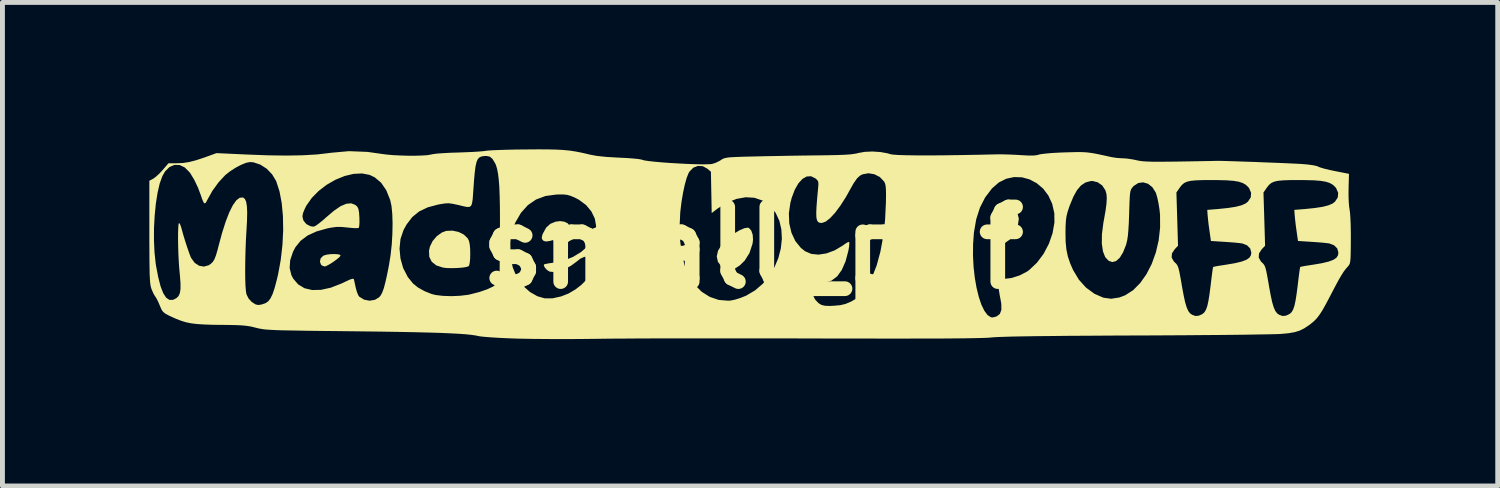
<source format=kicad_pcb>
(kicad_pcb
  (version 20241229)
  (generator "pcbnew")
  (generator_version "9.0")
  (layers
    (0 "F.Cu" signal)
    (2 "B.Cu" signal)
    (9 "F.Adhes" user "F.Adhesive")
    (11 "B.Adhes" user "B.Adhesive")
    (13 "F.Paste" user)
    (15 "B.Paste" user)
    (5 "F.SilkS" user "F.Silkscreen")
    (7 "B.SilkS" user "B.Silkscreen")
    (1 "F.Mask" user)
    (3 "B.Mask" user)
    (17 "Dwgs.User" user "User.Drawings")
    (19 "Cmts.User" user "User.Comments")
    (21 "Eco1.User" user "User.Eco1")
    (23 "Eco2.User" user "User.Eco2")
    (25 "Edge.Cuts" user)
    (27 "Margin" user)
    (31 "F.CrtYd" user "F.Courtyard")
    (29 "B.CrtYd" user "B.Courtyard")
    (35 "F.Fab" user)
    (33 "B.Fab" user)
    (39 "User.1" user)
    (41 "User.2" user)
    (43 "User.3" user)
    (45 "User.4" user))
  (footprint "small_puf"
    (layer "F.Cu")
    (at 12.319 2.011)
    (property "Reference" "small_puf" (at 0 0 0) (layer "F.SilkS") (effects (font (size 1.524 1.524) (thickness 0.3))))
    (attr board_only exclude_from_pos_files exclude_from_bom)
    (fp_poly (pts (xy -8.475 0.131) (xy -8.426 0.142) (xy -8.414 0.159) (xy -8.441 0.193) (xy -8.499 0.241) (xy -8.573 0.294) (xy -8.648 0.341) (xy -8.71 0.373) (xy -8.739 0.381) (xy -8.791 0.363) (xy -8.813 0.344) (xy -8.836 0.281) (xy -8.82 0.214) (xy -8.769 0.163) (xy -8.763 0.16) (xy -8.705 0.141) (xy -8.628 0.13) (xy -8.547 0.127)) (stroke (width 0) (type solid)) (fill yes) (layer "F.SilkS"))
    (fp_poly (pts (xy -3.842 -0.533) (xy -3.773 -0.499) (xy -3.736 -0.449) (xy -3.734 -0.43) (xy -3.756 -0.367) (xy -3.816 -0.299) (xy -3.902 -0.234) (xy -4.003 -0.183) (xy -4.038 -0.17) (xy -4.145 -0.139) (xy -4.217 -0.129) (xy -4.264 -0.14) (xy -4.291 -0.163) (xy -4.306 -0.2) (xy -4.296 -0.255) (xy -4.28 -0.296) (xy -4.215 -0.413) (xy -4.132 -0.489) (xy -4.028 -0.533) (xy -3.931 -0.546)) (stroke (width 0) (type solid)) (fill yes) (layer "F.SilkS"))
    (fp_poly (pts (xy 5.34 -0.789) (xy 5.383 -0.745) (xy 5.417 -0.678) (xy 5.435 -0.602) (xy 5.436 -0.585) (xy 5.413 -0.429) (xy 5.351 -0.287) (xy 5.254 -0.17) (xy 5.156 -0.101) (xy 5.074 -0.063) (xy 5.027 -0.054) (xy 5.009 -0.08) (xy 5.012 -0.143) (xy 5.016 -0.171) (xy 5.043 -0.305) (xy 5.085 -0.44) (xy 5.136 -0.568) (xy 5.192 -0.677) (xy 5.247 -0.757) (xy 5.297 -0.797)) (stroke (width 0) (type solid)) (fill yes) (layer "F.SilkS"))
    (fp_poly (pts (xy -0.074 -0.405) (xy -0.028 -0.354) (xy 0.002 -0.269) (xy 0.009 -0.166) (xy -0.001 -0.084) (xy -0.064 0.107) (xy -0.16 0.26) (xy -0.26 0.358) (xy -0.374 0.432) (xy -0.473 0.459) (xy -0.562 0.44) (xy -0.636 0.384) (xy -0.709 0.283) (xy -0.732 0.175) (xy -0.705 0.058) (xy -0.629 -0.066) (xy -0.559 -0.145) (xy -0.466 -0.228) (xy -0.363 -0.302) (xy -0.261 -0.361) (xy -0.169 -0.4) (xy -0.099 -0.412)) (stroke (width 0) (type solid)) (fill yes) (layer "F.SilkS"))
    (fp_poly (pts (xy -6.003 -0.324) (xy -5.896 -0.27) (xy -5.818 -0.194) (xy -5.792 -0.142) (xy -5.777 -0.075) (xy -5.768 0.018) (xy -5.766 0.122) (xy -5.768 0.224) (xy -5.777 0.309) (xy -5.79 0.364) (xy -5.798 0.374) (xy -5.843 0.391) (xy -5.925 0.404) (xy -6.029 0.412) (xy -6.14 0.415) (xy -6.244 0.413) (xy -6.325 0.403) (xy -6.459 0.359) (xy -6.552 0.285) (xy -6.602 0.185) (xy -6.608 0.061) (xy -6.59 -0.023) (xy -6.535 -0.137) (xy -6.449 -0.238) (xy -6.345 -0.313) (xy -6.256 -0.346) (xy -6.127 -0.351)) (stroke (width 0) (type solid)) (fill yes) (layer "F.SilkS"))
    (fp_poly (pts (xy -4.177 -2.01) (xy -4.008 -2.006) (xy -3.865 -1.998) (xy -3.738 -1.986) (xy -3.62 -1.968) (xy -3.501 -1.945) (xy -3.372 -1.916) (xy -3.327 -1.904) (xy -3.179 -1.877) (xy -2.981 -1.856) (xy -2.736 -1.842) (xy -2.719 -1.841) (xy -2.569 -1.834) (xy -2.438 -1.824) (xy -2.334 -1.814) (xy -2.267 -1.802) (xy -2.25 -1.796) (xy -2.204 -1.784) (xy -2.116 -1.771) (xy -1.995 -1.758) (xy -1.849 -1.745) (xy -1.686 -1.733) (xy -1.515 -1.723) (xy -1.345 -1.714) (xy -1.185 -1.708) (xy -1.042 -1.705) (xy -0.926 -1.706) (xy -0.846 -1.71) (xy -0.826 -1.713) (xy -0.749 -1.738) (xy -0.666 -1.78) (xy -0.651 -1.79) (xy -0.621 -1.81) (xy -0.589 -1.825) (xy -0.55 -1.836) (xy -0.496 -1.845) (xy -0.42 -1.851) (xy -0.315 -1.856) (xy -0.174 -1.861) (xy 0.009 -1.865) (xy 0.044 -1.866) (xy 0.25 -1.871) (xy 0.491 -1.875) (xy 0.748 -1.88) (xy 1.004 -1.884) (xy 1.244 -1.887) (xy 1.333 -1.888) (xy 1.556 -1.891) (xy 1.733 -1.895) (xy 1.873 -1.9) (xy 1.981 -1.907) (xy 2.064 -1.917) (xy 2.129 -1.928) (xy 2.16 -1.937) (xy 2.292 -1.96) (xy 2.45 -1.967) (xy 2.612 -1.956) (xy 2.757 -1.93) (xy 2.807 -1.914) (xy 2.864 -1.904) (xy 2.972 -1.896) (xy 3.129 -1.891) (xy 3.335 -1.888) (xy 3.589 -1.887) (xy 3.891 -1.889) (xy 4.24 -1.894) (xy 4.635 -1.901) (xy 4.991 -1.909) (xy 5.107 -1.909) (xy 5.251 -1.905) (xy 5.4 -1.898) (xy 5.477 -1.893) (xy 5.627 -1.885) (xy 5.736 -1.885) (xy 5.813 -1.894) (xy 5.845 -1.904) (xy 5.9 -1.915) (xy 5.997 -1.926) (xy 6.125 -1.937) (xy 6.275 -1.945) (xy 6.379 -1.949) (xy 6.531 -1.953) (xy 6.65 -1.956) (xy 6.748 -1.954) (xy 6.836 -1.948) (xy 6.928 -1.936) (xy 7.033 -1.917) (xy 7.165 -1.889) (xy 7.333 -1.852) (xy 7.429 -1.837) (xy 7.535 -1.829) (xy 7.56 -1.829) (xy 7.653 -1.822) (xy 7.765 -1.805) (xy 7.837 -1.79) (xy 7.893 -1.778) (xy 7.958 -1.769) (xy 8.04 -1.763) (xy 8.144 -1.759) (xy 8.278 -1.758) (xy 8.447 -1.759) (xy 8.66 -1.761) (xy 8.715 -1.762) (xy 8.903 -1.765) (xy 9.077 -1.768) (xy 9.229 -1.771) (xy 9.352 -1.773) (xy 9.44 -1.775) (xy 9.484 -1.776) (xy 9.487 -1.776) (xy 9.536 -1.776) (xy 9.627 -1.774) (xy 9.754 -1.77) (xy 9.909 -1.765) (xy 10.083 -1.759) (xy 10.269 -1.753) (xy 10.459 -1.745) (xy 10.645 -1.738) (xy 10.82 -1.731) (xy 10.975 -1.724) (xy 11.104 -1.718) (xy 11.198 -1.713) (xy 11.201 -1.713) (xy 11.34 -1.701) (xy 11.451 -1.686) (xy 11.526 -1.669) (xy 11.547 -1.659) (xy 11.593 -1.641) (xy 11.676 -1.616) (xy 11.785 -1.59) (xy 11.89 -1.568) (xy 12.179 -1.511) (xy 12.171 -1.206) (xy 12.17 -1.072) (xy 12.174 -0.945) (xy 12.182 -0.843) (xy 12.191 -0.787) (xy 12.2 -0.722) (xy 12.208 -0.615) (xy 12.214 -0.475) (xy 12.217 -0.311) (xy 12.217 -0.178) (xy 12.216 -0.007) (xy 12.214 0.12) (xy 12.211 0.212) (xy 12.205 0.275) (xy 12.196 0.318) (xy 12.183 0.348) (xy 12.165 0.372) (xy 12.157 0.381) (xy 12.113 0.431) (xy 12.071 0.487) (xy 12.027 0.556) (xy 11.974 0.646) (xy 11.91 0.764) (xy 11.829 0.918) (xy 11.798 0.978) (xy 11.712 1.141) (xy 11.642 1.267) (xy 11.581 1.362) (xy 11.524 1.437) (xy 11.466 1.497) (xy 11.4 1.552) (xy 11.367 1.577) (xy 11.266 1.644) (xy 11.172 1.691) (xy 11.07 1.722) (xy 10.944 1.744) (xy 10.808 1.757) (xy 10.744 1.761) (xy 10.633 1.764) (xy 10.479 1.767) (xy 10.286 1.77) (xy 10.057 1.774) (xy 9.795 1.777) (xy 9.506 1.78) (xy 9.192 1.782) (xy 8.858 1.785) (xy 8.507 1.787) (xy 8.142 1.789) (xy 7.829 1.79) (xy 7.325 1.792) (xy 6.872 1.795) (xy 6.467 1.797) (xy 6.11 1.801) (xy 5.8 1.804) (xy 5.535 1.808) (xy 5.315 1.812) (xy 5.14 1.817) (xy 5.007 1.822) (xy 4.915 1.827) (xy 4.882 1.83) (xy 4.829 1.835) (xy 4.748 1.839) (xy 4.639 1.842) (xy 4.498 1.845) (xy 4.324 1.848) (xy 4.116 1.85) (xy 3.87 1.852) (xy 3.587 1.853) (xy 3.263 1.853) (xy 2.896 1.854) (xy 2.486 1.853) (xy 2.029 1.853) (xy 1.525 1.852) (xy 1.219 1.851) (xy 0.786 1.85) (xy 0.354 1.849) (xy -0.073 1.849) (xy -0.491 1.849) (xy -0.896 1.849) (xy -1.283 1.849) (xy -1.649 1.85) (xy -1.989 1.85) (xy -2.299 1.851) (xy -2.575 1.853) (xy -2.812 1.854) (xy -3.008 1.856) (xy -3.157 1.858) (xy -3.162 1.858) (xy -3.416 1.861) (xy -3.687 1.863) (xy -3.962 1.864) (xy -4.23 1.862) (xy -4.477 1.86) (xy -4.694 1.856) (xy -4.801 1.854) (xy -4.987 1.847) (xy -5.163 1.839) (xy -5.319 1.83) (xy -5.448 1.82) (xy -5.542 1.811) (xy -5.588 1.804) (xy -5.656 1.79) (xy -5.746 1.777) (xy -5.861 1.765) (xy -6.005 1.755) (xy -6.178 1.746) (xy -6.385 1.737) (xy -6.628 1.73) (xy -6.91 1.723) (xy -7.233 1.717) (xy -7.601 1.711) (xy -8.016 1.706) (xy -8.191 1.704) (xy -8.534 1.7) (xy -8.829 1.697) (xy -9.081 1.694) (xy -9.295 1.69) (xy -9.473 1.687) (xy -9.621 1.684) (xy -9.741 1.68) (xy -9.838 1.675) (xy -9.917 1.67) (xy -9.98 1.664) (xy -10.031 1.656) (xy -10.076 1.648) (xy -10.117 1.639) (xy -10.147 1.631) (xy -10.237 1.609) (xy -10.327 1.594) (xy -10.428 1.584) (xy -10.553 1.578) (xy -10.712 1.575) (xy -10.782 1.574) (xy -11.008 1.572) (xy -11.191 1.566) (xy -11.34 1.557) (xy -11.464 1.542) (xy -11.571 1.52) (xy -11.669 1.49) (xy -11.768 1.452) (xy -11.82 1.429) (xy -11.924 1.381) (xy -11.992 1.344) (xy -12.036 1.31) (xy -12.066 1.268) (xy -12.093 1.21) (xy -12.104 1.182) (xy -12.141 1.097) (xy -12.177 1.027) (xy -12.198 0.995) (xy -12.229 0.946) (xy -12.263 0.871) (xy -12.277 0.837) (xy -12.287 0.803) (xy -12.296 0.761) (xy -12.303 0.706) (xy -12.308 0.633) (xy -12.313 0.536) (xy -12.315 0.412) (xy -12.317 0.254) (xy -12.318 0.059) (xy -12.319 -0.157) (xy -12.225 -0.157) (xy -12.214 0.089) (xy -12.19 0.317) (xy -12.182 0.368) (xy -12.137 0.603) (xy -12.089 0.789) (xy -12.035 0.927) (xy -11.976 1.018) (xy -11.91 1.063) (xy -11.837 1.063) (xy -11.767 1.028) (xy -11.724 0.986) (xy -11.696 0.926) (xy -11.683 0.84) (xy -11.683 0.721) (xy -11.695 0.562) (xy -11.699 0.521) (xy -11.711 0.393) (xy -11.72 0.248) (xy -11.727 0.096) (xy -11.731 -0.055) (xy -11.733 -0.197) (xy -11.732 -0.322) (xy -11.728 -0.421) (xy -11.722 -0.486) (xy -11.713 -0.508) (xy -11.694 -0.486) (xy -11.672 -0.429) (xy -11.66 -0.387) (xy -11.63 -0.277) (xy -11.592 -0.152) (xy -11.551 -0.025) (xy -11.512 0.088) (xy -11.48 0.175) (xy -11.464 0.209) (xy -11.393 0.307) (xy -11.303 0.366) (xy -11.205 0.383) (xy -11.107 0.356) (xy -11.069 0.331) (xy -11.025 0.29) (xy -10.99 0.234) (xy -10.959 0.155) (xy -10.926 0.042) (xy -10.909 -0.025) (xy -10.835 -0.3) (xy -10.761 -0.533) (xy -10.687 -0.724) (xy -10.614 -0.87) (xy -10.542 -0.971) (xy -10.473 -1.023) (xy -10.408 -1.028) (xy -10.403 -1.026) (xy -10.367 -0.997) (xy -10.342 -0.94) (xy -10.327 -0.849) (xy -10.321 -0.722) (xy -10.325 -0.552) (xy -10.335 -0.368) (xy -10.347 -0.161) (xy -10.355 0.05) (xy -10.36 0.256) (xy -10.362 0.45) (xy -10.361 0.625) (xy -10.356 0.771) (xy -10.347 0.882) (xy -10.337 0.945) (xy -10.295 1.032) (xy -10.227 1.107) (xy -10.148 1.156) (xy -10.092 1.168) (xy -10.025 1.157) (xy -9.949 1.131) (xy -9.944 1.128) (xy -9.891 1.092) (xy -9.845 1.032) (xy -9.802 0.943) (xy -9.76 0.818) (xy -9.716 0.652) (xy -9.691 0.546) (xy -9.666 0.412) (xy -9.454 0.412) (xy -9.419 0.557) (xy -9.381 0.629) (xy -9.28 0.747) (xy -9.151 0.825) (xy -8.995 0.862) (xy -8.815 0.858) (xy -8.614 0.814) (xy -8.393 0.728) (xy -8.324 0.695) (xy -8.228 0.65) (xy -8.169 0.631) (xy -8.144 0.638) (xy -8.143 0.641) (xy -8.133 0.682) (xy -8.117 0.755) (xy -8.104 0.816) (xy -8.08 0.902) (xy -8.051 0.972) (xy -8.031 0.999) (xy -7.932 1.059) (xy -7.82 1.08) (xy -7.711 1.061) (xy -7.626 1.009) (xy -7.592 0.968) (xy -7.561 0.908) (xy -7.53 0.822) (xy -7.499 0.704) (xy -7.464 0.548) (xy -7.426 0.356) (xy -7.393 0.151) (xy -7.378 0.015) (xy -7.21 0.015) (xy -7.191 0.218) (xy -7.135 0.415) (xy -7.042 0.595) (xy -6.934 0.729) (xy -6.832 0.811) (xy -6.699 0.885) (xy -6.557 0.942) (xy -6.476 0.963) (xy -6.327 0.981) (xy -6.151 0.987) (xy -5.972 0.979) (xy -5.812 0.96) (xy -5.774 0.952) (xy -5.579 0.902) (xy -5.42 0.847) (xy -5.3 0.791) (xy -5.231 0.739) (xy -5.167 0.671) (xy -5.161 -0.102) (xy -4.947 -0.102) (xy -4.943 0.16) (xy -4.9 0.394) (xy -4.818 0.597) (xy -4.698 0.768) (xy -4.545 0.903) (xy -4.394 0.989) (xy -4.247 1.031) (xy -4.09 1.032) (xy -3.912 0.993) (xy -3.906 0.991) (xy -3.757 0.932) (xy -3.619 0.851) (xy -3.496 0.756) (xy -3.393 0.652) (xy -3.315 0.544) (xy -3.266 0.439) (xy -3.252 0.343) (xy -3.276 0.26) (xy -3.299 0.232) (xy -3.364 0.187) (xy -3.435 0.184) (xy -3.518 0.222) (xy -3.606 0.291) (xy -3.71 0.367) (xy -3.828 0.43) (xy -3.949 0.473) (xy -4.058 0.494) (xy -4.143 0.486) (xy -4.147 0.485) (xy -4.198 0.453) (xy -4.24 0.407) (xy -4.263 0.363) (xy -4.259 0.339) (xy -4.229 0.33) (xy -4.162 0.317) (xy -4.071 0.304) (xy -4.048 0.301) (xy -3.851 0.259) (xy -3.666 0.185) (xy -3.502 0.085) (xy -3.365 -0.035) (xy -3.264 -0.169) (xy -3.215 -0.285) (xy -3.197 -0.425) (xy -1.491 -0.425) (xy -1.478 -0.128) (xy -1.44 0.15) (xy -1.388 0.359) (xy -1.301 0.572) (xy -1.183 0.753) (xy -1.04 0.897) (xy -0.874 1.002) (xy -0.692 1.064) (xy -0.497 1.08) (xy -0.445 1.076) (xy -0.358 1.058) (xy -0.249 1.024) (xy -0.14 0.98) (xy -0.132 0.977) (xy 0.051 0.869) (xy 0.209 0.733) (xy 0.342 0.573) (xy 0.448 0.395) (xy 0.527 0.206) (xy 0.577 0.011) (xy 0.598 -0.185) (xy 0.588 -0.374) (xy 0.547 -0.551) (xy 0.475 -0.706) (xy 0.741 -0.706) (xy 0.749 -0.499) (xy 0.794 -0.307) (xy 0.873 -0.138) (xy 0.985 0.000374) (xy 1.071 0.069) (xy 1.198 0.124) (xy 1.346 0.139) (xy 1.508 0.114) (xy 1.676 0.052) (xy 1.841 -0.046) (xy 1.867 -0.065) (xy 1.924 -0.104) (xy 1.964 -0.12) (xy 1.973 -0.119) (xy 1.976 -0.088) (xy 1.97 -0.022) (xy 1.957 0.056) (xy 1.899 0.275) (xy 1.822 0.451) (xy 1.727 0.583) (xy 1.613 0.669) (xy 1.483 0.709) (xy 1.437 0.711) (xy 1.334 0.731) (xy 1.263 0.785) (xy 1.226 0.862) (xy 1.227 0.953) (xy 1.272 1.048) (xy 1.287 1.067) (xy 1.345 1.128) (xy 1.404 1.165) (xy 1.477 1.183) (xy 1.579 1.187) (xy 1.66 1.183) (xy 1.791 1.171) (xy 1.897 1.146) (xy 2.004 1.101) (xy 2.017 1.095) (xy 2.13 1.029) (xy 2.224 0.948) (xy 2.309 0.841) (xy 2.391 0.699) (xy 2.441 0.597) (xy 2.534 0.359) (xy 2.588 0.16) (xy 4.501 0.16) (xy 4.513 0.391) (xy 4.538 0.612) (xy 4.574 0.817) (xy 4.619 1.001) (xy 4.672 1.159) (xy 4.732 1.284) (xy 4.797 1.372) (xy 4.866 1.417) (xy 4.894 1.422) (xy 4.94 1.414) (xy 4.986 1.399) (xy 5.05 1.35) (xy 5.081 1.265) (xy 5.079 1.142) (xy 5.068 1.079) (xy 5.046 0.963) (xy 5.026 0.839) (xy 5.018 0.781) (xy 5 0.635) (xy 5.13 0.635) (xy 5.289 0.616) (xy 5.455 0.563) (xy 5.606 0.484) (xy 5.648 0.454) (xy 5.807 0.304) (xy 5.943 0.122) (xy 6.051 -0.083) (xy 6.126 -0.299) (xy 6.129 -0.318) (xy 6.39 -0.318) (xy 6.393 -0.124) (xy 6.409 0.037) (xy 6.439 0.179) (xy 6.487 0.321) (xy 6.546 0.455) (xy 6.663 0.65) (xy 6.81 0.813) (xy 6.982 0.939) (xy 7.163 1.018) (xy 7.321 1.04) (xy 7.49 1.014) (xy 7.609 0.969) (xy 7.77 0.866) (xy 7.915 0.72) (xy 8.043 0.539) (xy 8.151 0.329) (xy 8.198 0.198) (xy 8.558 0.198) (xy 8.602 0.277) (xy 8.625 0.3) (xy 8.653 0.327) (xy 8.675 0.359) (xy 8.694 0.405) (xy 8.712 0.473) (xy 8.731 0.571) (xy 8.756 0.708) (xy 8.766 0.772) (xy 8.801 0.961) (xy 8.832 1.107) (xy 8.864 1.214) (xy 8.897 1.289) (xy 8.934 1.338) (xy 8.975 1.367) (xy 9.044 1.392) (xy 9.106 1.387) (xy 9.157 1.367) (xy 9.2 1.342) (xy 9.234 1.307) (xy 9.263 1.255) (xy 9.288 1.181) (xy 9.31 1.078) (xy 9.332 0.94) (xy 9.355 0.761) (xy 9.371 0.625) (xy 9.384 0.524) (xy 9.395 0.444) (xy 9.403 0.398) (xy 9.405 0.391) (xy 9.432 0.384) (xy 9.498 0.371) (xy 9.593 0.356) (xy 9.666 0.345) (xy 9.849 0.314) (xy 9.986 0.281) (xy 10.083 0.245) (xy 10.145 0.203) (xy 10.148 0.198) (xy 10.336 0.198) (xy 10.38 0.277) (xy 10.403 0.3) (xy 10.431 0.327) (xy 10.453 0.359) (xy 10.472 0.405) (xy 10.49 0.473) (xy 10.509 0.571) (xy 10.534 0.708) (xy 10.544 0.772) (xy 10.579 0.961) (xy 10.61 1.107) (xy 10.642 1.214) (xy 10.675 1.289) (xy 10.712 1.338) (xy 10.753 1.367) (xy 10.822 1.392) (xy 10.884 1.387) (xy 10.935 1.367) (xy 10.978 1.342) (xy 11.012 1.307) (xy 11.041 1.255) (xy 11.066 1.181) (xy 11.088 1.078) (xy 11.11 0.94) (xy 11.133 0.761) (xy 11.149 0.625) (xy 11.162 0.524) (xy 11.173 0.444) (xy 11.181 0.398) (xy 11.183 0.391) (xy 11.21 0.384) (xy 11.276 0.371) (xy 11.371 0.356) (xy 11.444 0.345) (xy 11.627 0.314) (xy 11.764 0.281) (xy 11.861 0.245) (xy 11.923 0.203) (xy 11.955 0.152) (xy 11.963 0.098) (xy 11.94 0.013) (xy 11.875 -0.052) (xy 11.78 -0.089) (xy 11.719 -0.097) (xy 11.623 -0.107) (xy 11.505 -0.116) (xy 11.416 -0.122) (xy 11.138 -0.14) (xy 11.109 -0.343) (xy 11.093 -0.457) (xy 11.08 -0.569) (xy 11.072 -0.655) (xy 11.071 -0.66) (xy 11.063 -0.775) (xy 11.278 -0.792) (xy 11.481 -0.813) (xy 11.639 -0.837) (xy 11.757 -0.867) (xy 11.842 -0.903) (xy 11.893 -0.942) (xy 11.951 -1.029) (xy 11.959 -1.122) (xy 11.918 -1.217) (xy 11.901 -1.239) (xy 11.851 -1.287) (xy 11.789 -1.323) (xy 11.707 -1.35) (xy 11.599 -1.368) (xy 11.457 -1.379) (xy 11.276 -1.383) (xy 11.151 -1.384) (xy 10.968 -1.383) (xy 10.829 -1.378) (xy 10.725 -1.368) (xy 10.648 -1.35) (xy 10.591 -1.323) (xy 10.546 -1.285) (xy 10.504 -1.233) (xy 10.495 -1.219) (xy 10.433 -1.13) (xy 10.45 -0.586) (xy 10.466 -0.042) (xy 10.399 0.028) (xy 10.342 0.114) (xy 10.336 0.198) (xy 10.148 0.198) (xy 10.177 0.152) (xy 10.185 0.098) (xy 10.162 0.013) (xy 10.097 -0.052) (xy 10.002 -0.089) (xy 9.941 -0.097) (xy 9.845 -0.107) (xy 9.727 -0.116) (xy 9.638 -0.122) (xy 9.36 -0.14) (xy 9.331 -0.343) (xy 9.315 -0.457) (xy 9.302 -0.569) (xy 9.294 -0.655) (xy 9.293 -0.66) (xy 9.285 -0.775) (xy 9.5 -0.792) (xy 9.703 -0.813) (xy 9.861 -0.837) (xy 9.979 -0.867) (xy 10.064 -0.903) (xy 10.115 -0.942) (xy 10.173 -1.029) (xy 10.181 -1.122) (xy 10.14 -1.217) (xy 10.123 -1.239) (xy 10.073 -1.287) (xy 10.011 -1.323) (xy 9.929 -1.35) (xy 9.821 -1.368) (xy 9.679 -1.379) (xy 9.498 -1.383) (xy 9.373 -1.384) (xy 9.19 -1.383) (xy 9.051 -1.378) (xy 8.947 -1.368) (xy 8.87 -1.35) (xy 8.813 -1.323) (xy 8.768 -1.285) (xy 8.726 -1.233) (xy 8.717 -1.219) (xy 8.655 -1.13) (xy 8.672 -0.586) (xy 8.688 -0.042) (xy 8.621 0.028) (xy 8.564 0.114) (xy 8.558 0.198) (xy 8.198 0.198) (xy 8.235 0.096) (xy 8.293 -0.153) (xy 8.322 -0.412) (xy 8.321 -0.672) (xy 8.31 -0.78) (xy 8.291 -0.901) (xy 8.267 -1.016) (xy 8.241 -1.107) (xy 8.231 -1.133) (xy 8.163 -1.239) (xy 8.076 -1.308) (xy 7.977 -1.337) (xy 7.878 -1.324) (xy 7.786 -1.266) (xy 7.77 -1.249) (xy 7.747 -1.222) (xy 7.73 -1.194) (xy 7.717 -1.158) (xy 7.708 -1.104) (xy 7.702 -1.027) (xy 7.697 -0.917) (xy 7.692 -0.768) (xy 7.69 -0.696) (xy 7.683 -0.507) (xy 7.674 -0.36) (xy 7.664 -0.246) (xy 7.65 -0.156) (xy 7.632 -0.08) (xy 7.626 -0.059) (xy 7.566 0.092) (xy 7.498 0.203) (xy 7.424 0.27) (xy 7.347 0.291) (xy 7.272 0.265) (xy 7.201 0.19) (xy 7.155 0.072) (xy 7.132 -0.084) (xy 7.134 -0.276) (xy 7.162 -0.499) (xy 7.175 -0.572) (xy 7.208 -0.757) (xy 7.227 -0.901) (xy 7.233 -1.013) (xy 7.227 -1.099) (xy 7.207 -1.169) (xy 7.205 -1.175) (xy 7.14 -1.274) (xy 7.047 -1.339) (xy 6.94 -1.365) (xy 6.904 -1.363) (xy 6.799 -1.335) (xy 6.708 -1.275) (xy 6.626 -1.179) (xy 6.55 -1.042) (xy 6.475 -0.86) (xy 6.463 -0.826) (xy 6.431 -0.728) (xy 6.41 -0.642) (xy 6.398 -0.552) (xy 6.392 -0.442) (xy 6.39 -0.318) (xy 6.129 -0.318) (xy 6.164 -0.515) (xy 6.162 -0.707) (xy 6.118 -0.9) (xy 6.04 -1.068) (xy 5.934 -1.209) (xy 5.804 -1.319) (xy 5.658 -1.397) (xy 5.502 -1.44) (xy 5.341 -1.445) (xy 5.181 -1.411) (xy 5.029 -1.335) (xy 4.89 -1.214) (xy 4.888 -1.212) (xy 4.749 -1.029) (xy 4.643 -0.821) (xy 4.567 -0.584) (xy 4.52 -0.312) (xy 4.503 -0.075) (xy 4.501 0.16) (xy 2.588 0.16) (xy 2.61 0.079) (xy 2.668 -0.234) (xy 2.706 -0.574) (xy 2.723 -0.934) (xy 2.723 -0.944) (xy 2.725 -1.088) (xy 2.723 -1.191) (xy 2.717 -1.262) (xy 2.706 -1.312) (xy 2.688 -1.349) (xy 2.684 -1.356) (xy 2.597 -1.447) (xy 2.486 -1.503) (xy 2.365 -1.523) (xy 2.246 -1.501) (xy 2.196 -1.476) (xy 2.134 -1.419) (xy 2.065 -1.321) (xy 2.02 -1.242) (xy 1.907 -1.039) (xy 1.794 -0.863) (xy 1.686 -0.717) (xy 1.584 -0.607) (xy 1.494 -0.536) (xy 1.417 -0.508) (xy 1.41 -0.508) (xy 1.368 -0.512) (xy 1.337 -0.529) (xy 1.315 -0.564) (xy 1.303 -0.622) (xy 1.3 -0.709) (xy 1.305 -0.83) (xy 1.317 -0.991) (xy 1.336 -1.196) (xy 1.344 -1.286) (xy 1.342 -1.342) (xy 1.326 -1.378) (xy 1.294 -1.409) (xy 1.28 -1.42) (xy 1.193 -1.462) (xy 1.105 -1.457) (xy 1.018 -1.407) (xy 0.936 -1.317) (xy 0.863 -1.19) (xy 0.801 -1.028) (xy 0.772 -0.921) (xy 0.741 -0.706) (xy 0.475 -0.706) (xy 0.473 -0.711) (xy 0.366 -0.847) (xy 0.224 -0.953) (xy 0.201 -0.966) (xy 0.038 -1.022) (xy -0.14 -1.033) (xy -0.328 -0.999) (xy -0.52 -0.923) (xy -0.711 -0.805) (xy -0.741 -0.782) (xy -0.835 -0.71) (xy -0.851 -1.554) (xy -0.922 -1.615) (xy -1.016 -1.667) (xy -1.116 -1.673) (xy -1.21 -1.637) (xy -1.287 -1.559) (xy -1.307 -1.527) (xy -1.346 -1.428) (xy -1.385 -1.289) (xy -1.421 -1.121) (xy -1.452 -0.936) (xy -1.475 -0.745) (xy -1.477 -0.728) (xy -1.491 -0.425) (xy -3.197 -0.425) (xy -3.195 -0.442) (xy -3.222 -0.597) (xy -3.292 -0.743) (xy -3.401 -0.874) (xy -3.547 -0.982) (xy -3.635 -1.028) (xy -3.718 -1.062) (xy -3.789 -1.082) (xy -3.867 -1.09) (xy -3.97 -1.089) (xy -4.009 -1.088) (xy -4.23 -1.058) (xy -4.423 -0.986) (xy -4.589 -0.872) (xy -4.73 -0.715) (xy -4.844 -0.519) (xy -4.892 -0.41) (xy -4.921 -0.316) (xy -4.938 -0.214) (xy -4.947 -0.102) (xy -5.161 -0.102) (xy -5.16 -0.242) (xy -5.159 -0.558) (xy -5.16 -0.827) (xy -5.165 -1.053) (xy -5.172 -1.241) (xy -5.184 -1.395) (xy -5.199 -1.518) (xy -5.218 -1.615) (xy -5.241 -1.69) (xy -5.256 -1.724) (xy -5.31 -1.813) (xy -5.364 -1.861) (xy -5.432 -1.876) (xy -5.476 -1.875) (xy -5.534 -1.866) (xy -5.578 -1.847) (xy -5.613 -1.81) (xy -5.638 -1.751) (xy -5.658 -1.662) (xy -5.674 -1.538) (xy -5.689 -1.372) (xy -5.695 -1.283) (xy -5.707 -1.116) (xy -5.716 -0.993) (xy -5.729 -0.91) (xy -5.748 -0.859) (xy -5.781 -0.836) (xy -5.83 -0.834) (xy -5.901 -0.848) (xy -5.998 -0.872) (xy -6.025 -0.878) (xy -6.129 -0.9) (xy -6.207 -0.91) (xy -6.281 -0.907) (xy -6.374 -0.892) (xy -6.424 -0.883) (xy -6.636 -0.826) (xy -6.809 -0.743) (xy -6.949 -0.629) (xy -7.065 -0.478) (xy -7.128 -0.364) (xy -7.19 -0.182) (xy -7.21 0.015) (xy -7.378 0.015) (xy -7.369 -0.066) (xy -7.356 -0.286) (xy -7.352 -0.498) (xy -7.358 -0.691) (xy -7.374 -0.855) (xy -7.401 -0.978) (xy -7.481 -1.176) (xy -7.586 -1.33) (xy -7.716 -1.439) (xy -7.819 -1.489) (xy -7.976 -1.519) (xy -8.15 -1.51) (xy -8.333 -1.466) (xy -8.519 -1.39) (xy -8.697 -1.288) (xy -8.861 -1.162) (xy -9.002 -1.019) (xy -9.113 -0.861) (xy -9.146 -0.795) (xy -9.182 -0.707) (xy -9.193 -0.642) (xy -9.18 -0.582) (xy -9.167 -0.55) (xy -9.112 -0.484) (xy -9.028 -0.441) (xy -8.965 -0.432) (xy -8.927 -0.448) (xy -8.862 -0.493) (xy -8.781 -0.558) (xy -8.711 -0.62) (xy -8.551 -0.756) (xy -8.414 -0.85) (xy -8.296 -0.9) (xy -8.197 -0.909) (xy -8.114 -0.877) (xy -8.1 -0.866) (xy -8.068 -0.834) (xy -8.049 -0.791) (xy -8.037 -0.723) (xy -8.03 -0.623) (xy -8.028 -0.527) (xy -8.032 -0.452) (xy -8.04 -0.411) (xy -8.043 -0.408) (xy -8.076 -0.402) (xy -8.147 -0.403) (xy -8.241 -0.411) (xy -8.274 -0.415) (xy -8.401 -0.427) (xy -8.506 -0.426) (xy -8.614 -0.411) (xy -8.68 -0.398) (xy -8.905 -0.335) (xy -9.086 -0.252) (xy -9.229 -0.145) (xy -9.336 -0.013) (xy -9.385 0.08) (xy -9.443 0.253) (xy -9.454 0.412) (xy -9.666 0.412) (xy -9.636 0.247) (xy -9.601 -0.058) (xy -9.586 -0.358) (xy -9.591 -0.647) (xy -9.616 -0.914) (xy -9.661 -1.153) (xy -9.726 -1.353) (xy -9.73 -1.364) (xy -9.812 -1.501) (xy -9.923 -1.616) (xy -10.054 -1.7) (xy -10.193 -1.746) (xy -10.262 -1.752) (xy -10.341 -1.737) (xy -10.445 -1.695) (xy -10.559 -1.635) (xy -10.672 -1.562) (xy -10.769 -1.485) (xy -10.773 -1.481) (xy -10.907 -1.336) (xy -11.031 -1.165) (xy -11.128 -0.992) (xy -11.134 -0.981) (xy -11.164 -0.924) (xy -11.189 -0.906) (xy -11.213 -0.93) (xy -11.242 -0.998) (xy -11.265 -1.067) (xy -11.327 -1.232) (xy -11.403 -1.391) (xy -11.483 -1.523) (xy -11.498 -1.543) (xy -11.595 -1.641) (xy -11.7 -1.691) (xy -11.807 -1.693) (xy -11.908 -1.65) (xy -11.997 -1.562) (xy -12.053 -1.465) (xy -12.107 -1.316) (xy -12.151 -1.126) (xy -12.186 -0.905) (xy -12.21 -0.663) (xy -12.224 -0.411) (xy -12.225 -0.157) (xy -12.319 -0.157) (xy -12.319 -0.18) (xy -12.319 -0.324) (xy -12.319 -1.37) (xy -12.244 -1.409) (xy -12.19 -1.448) (xy -12.119 -1.512) (xy -12.049 -1.587) (xy -11.928 -1.727) (xy -11.751 -1.727) (xy -11.63 -1.733) (xy -11.506 -1.752) (xy -11.366 -1.788) (xy -11.199 -1.843) (xy -11.119 -1.872) (xy -10.949 -1.934) (xy -10.319 -1.905) (xy -9.894 -1.889) (xy -9.517 -1.884) (xy -9.185 -1.89) (xy -8.895 -1.907) (xy -8.646 -1.936) (xy -8.611 -1.941) (xy -8.244 -1.974) (xy -7.864 -1.959) (xy -7.582 -1.919) (xy -7.477 -1.905) (xy -7.344 -1.893) (xy -7.195 -1.886) (xy -7.039 -1.881) (xy -6.888 -1.881) (xy -6.752 -1.885) (xy -6.643 -1.892) (xy -6.571 -1.904) (xy -6.561 -1.907) (xy -6.513 -1.916) (xy -6.424 -1.926) (xy -6.304 -1.934) (xy -6.161 -1.942) (xy -6.02 -1.946) (xy -5.863 -1.952) (xy -5.716 -1.958) (xy -5.591 -1.966) (xy -5.497 -1.974) (xy -5.448 -1.981) (xy -5.397 -1.987) (xy -5.302 -1.993) (xy -5.172 -1.998) (xy -5.013 -2.003) (xy -4.835 -2.007) (xy -4.643 -2.009) (xy -4.623 -2.009) (xy -4.379 -2.011)) (stroke (width 0) (type solid)) (fill yes) (layer "F.SilkS")))
  (gr_rect
    (start -3 -3)
    (end 27.536 6.874)
    (stroke (width 0.1) (type default))
    (fill no)
    (layer "Edge.Cuts")))
</source>
